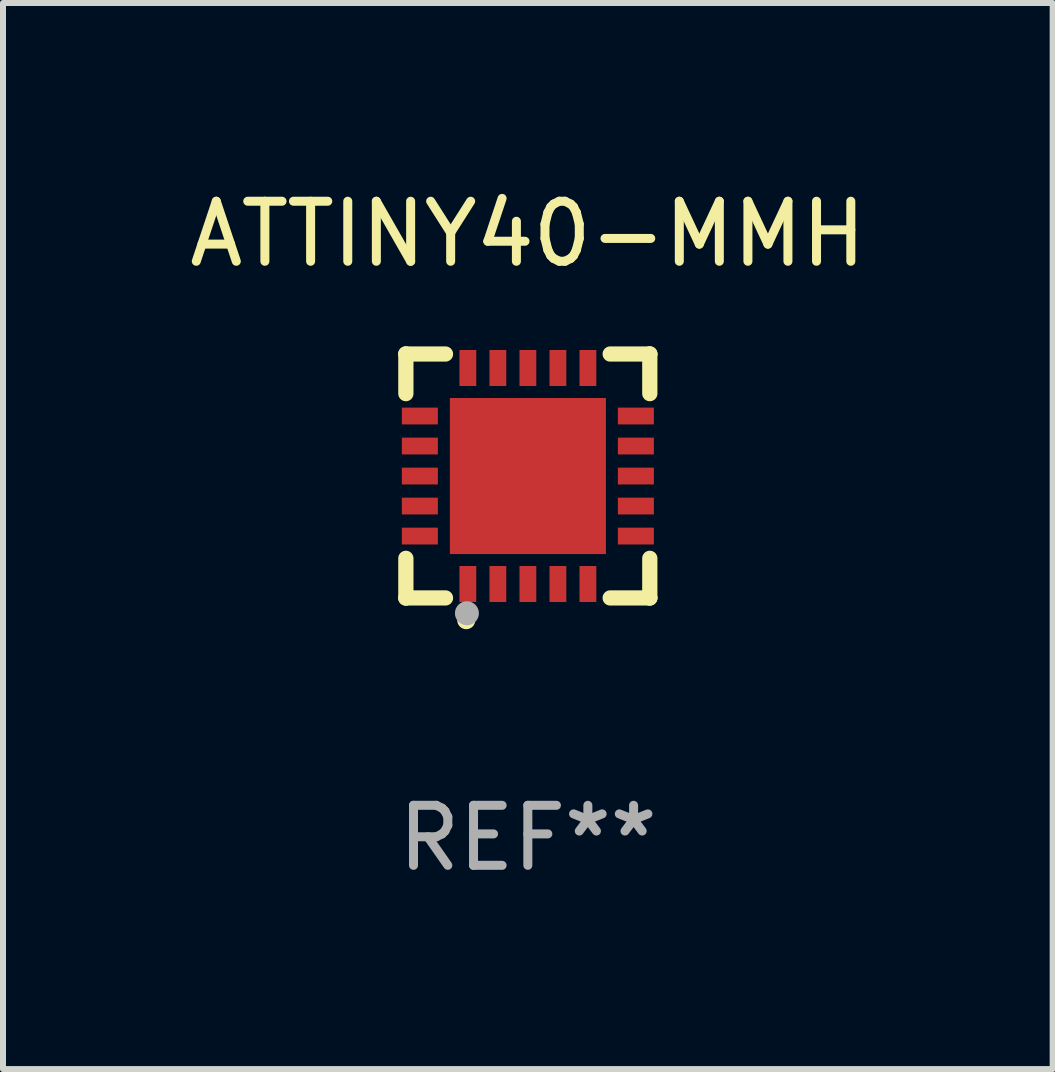
<source format=kicad_pcb>
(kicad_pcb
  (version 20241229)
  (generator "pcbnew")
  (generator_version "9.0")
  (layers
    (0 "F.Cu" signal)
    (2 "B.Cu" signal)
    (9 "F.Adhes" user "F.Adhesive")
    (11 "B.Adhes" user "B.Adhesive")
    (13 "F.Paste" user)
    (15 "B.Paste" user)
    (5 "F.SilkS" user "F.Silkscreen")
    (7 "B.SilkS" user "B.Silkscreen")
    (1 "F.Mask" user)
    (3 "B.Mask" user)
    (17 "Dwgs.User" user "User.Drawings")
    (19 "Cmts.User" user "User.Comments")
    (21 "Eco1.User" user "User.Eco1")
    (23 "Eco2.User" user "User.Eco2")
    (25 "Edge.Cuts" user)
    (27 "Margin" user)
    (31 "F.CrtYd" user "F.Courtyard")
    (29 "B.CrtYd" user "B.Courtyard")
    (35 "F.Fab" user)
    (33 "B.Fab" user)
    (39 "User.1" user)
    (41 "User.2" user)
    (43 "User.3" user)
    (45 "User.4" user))
  (footprint "ATTINY40-MMH"
    (layer "F.Cu")
    (at 5.744 4.88)
    (property "Reference" "ATTINY40-MMH" (at 0 -4.032 0) (layer "F.SilkS") (effects (font (size 1 1) (thickness 0.15))))
    (attr through_hole)
    (fp_line (start -2.032 -2.032) (end -2.032 -2.032) (stroke (width 0.254) (type solid)) (layer "F.SilkS"))
    (fp_line (start -2.032 -2.032) (end -1.372 -2.032) (stroke (width 0.254) (type solid)) (layer "F.SilkS"))
    (fp_line (start -2.032 -1.372) (end -2.032 -2.032) (stroke (width 0.254) (type solid)) (layer "F.SilkS"))
    (fp_line (start -2.032 2.032) (end -2.032 1.372) (stroke (width 0.254) (type solid)) (layer "F.SilkS"))
    (fp_line (start -2.032 2.032) (end -2.032 2.032) (stroke (width 0.254) (type solid)) (layer "F.SilkS"))
    (fp_line (start -1.372 2.032) (end -2.032 2.032) (stroke (width 0.254) (type solid)) (layer "F.SilkS"))
    (fp_line (start 1.372 -2.032) (end 2.032 -2.032) (stroke (width 0.254) (type solid)) (layer "F.SilkS"))
    (fp_line (start 2.032 -2.032) (end 2.032 -2.032) (stroke (width 0.254) (type solid)) (layer "F.SilkS"))
    (fp_line (start 2.032 -2.032) (end 2.032 -1.372) (stroke (width 0.254) (type solid)) (layer "F.SilkS"))
    (fp_line (start 2.032 1.372) (end 2.032 2.032) (stroke (width 0.254) (type solid)) (layer "F.SilkS"))
    (fp_line (start 2.032 2.032) (end 1.372 2.032) (stroke (width 0.254) (type solid)) (layer "F.SilkS"))
    (fp_line (start 2.032 2.032) (end 2.032 2.032) (stroke (width 0.254) (type solid)) (layer "F.SilkS"))
    (fp_circle (center -2 2.001) (end -1.97 2.001) (stroke (width 0.06) (type solid)) (fill no) (layer "F.SilkS"))
    (fp_circle (center -1.026 2.403) (end -0.951 2.403) (stroke (width 0.15) (type solid)) (fill no) (layer "F.SilkS"))
    (fp_circle (center -1.015 2.287) (end -0.915 2.287) (stroke (width 0.2) (type solid)) (fill no) (layer "F.Fab"))
    (fp_text user "REF**" (at 0 6.032 0) (layer "F.Fab") (effects (font (size 1 1) (thickness 0.15))))
    (pad "1" smd rect (at -0.999 1.8 90) (size 0.6 0.28) (layers "F.Cu" "F.Mask" "F.Paste"))
    (pad "2" smd rect (at -0.499 1.8 90) (size 0.6 0.28) (layers "F.Cu" "F.Mask" "F.Paste"))
    (pad "3" smd rect (at 0.001 1.8 90) (size 0.6 0.28) (layers "F.Cu" "F.Mask" "F.Paste"))
    (pad "4" smd rect (at 0.501 1.8 90) (size 0.6 0.28) (layers "F.Cu" "F.Mask" "F.Paste"))
    (pad "5" smd rect (at 1.001 1.8 90) (size 0.6 0.28) (layers "F.Cu" "F.Mask" "F.Paste"))
    (pad "6" smd rect (at 1.8 1.001 90) (size 0.28 0.6) (layers "F.Cu" "F.Mask" "F.Paste"))
    (pad "7" smd rect (at 1.8 0.501 90) (size 0.28 0.6) (layers "F.Cu" "F.Mask" "F.Paste"))
    (pad "8" smd rect (at 1.8 0.001 90) (size 0.28 0.6) (layers "F.Cu" "F.Mask" "F.Paste"))
    (pad "9" smd rect (at 1.8 -0.499 90) (size 0.28 0.6) (layers "F.Cu" "F.Mask" "F.Paste"))
    (pad "10" smd rect (at 1.8 -0.999 90) (size 0.28 0.6) (layers "F.Cu" "F.Mask" "F.Paste"))
    (pad "11" smd rect (at 1.001 -1.799 90) (size 0.6 0.28) (layers "F.Cu" "F.Mask" "F.Paste"))
    (pad "12" smd rect (at 0.501 -1.799 90) (size 0.6 0.28) (layers "F.Cu" "F.Mask" "F.Paste"))
    (pad "13" smd rect (at 0.001 -1.799 90) (size 0.6 0.28) (layers "F.Cu" "F.Mask" "F.Paste"))
    (pad "14" smd rect (at -0.499 -1.799 90) (size 0.6 0.28) (layers "F.Cu" "F.Mask" "F.Paste"))
    (pad "15" smd rect (at -0.999 -1.799 90) (size 0.6 0.28) (layers "F.Cu" "F.Mask" "F.Paste"))
    (pad "16" smd rect (at -1.799 -0.999 90) (size 0.28 0.6) (layers "F.Cu" "F.Mask" "F.Paste"))
    (pad "17" smd rect (at -1.799 -0.499 90) (size 0.28 0.6) (layers "F.Cu" "F.Mask" "F.Paste"))
    (pad "18" smd rect (at -1.799 0.001 90) (size 0.28 0.6) (layers "F.Cu" "F.Mask" "F.Paste"))
    (pad "19" smd rect (at -1.799 0.501 90) (size 0.28 0.6) (layers "F.Cu" "F.Mask" "F.Paste"))
    (pad "20" smd rect (at -1.799 1.001 90) (size 0.28 0.6) (layers "F.Cu" "F.Mask" "F.Paste"))
    (pad "21" smd rect (at 0.001 0.001 90) (size 2.6 2.6) (layers "F.Cu" "F.Mask" "F.Paste")))
  (gr_rect
    (start -3 -3)
    (end 14.488 14.761)
    (stroke (width 0.1) (type default))
    (fill no)
    (layer "Edge.Cuts")))
</source>
